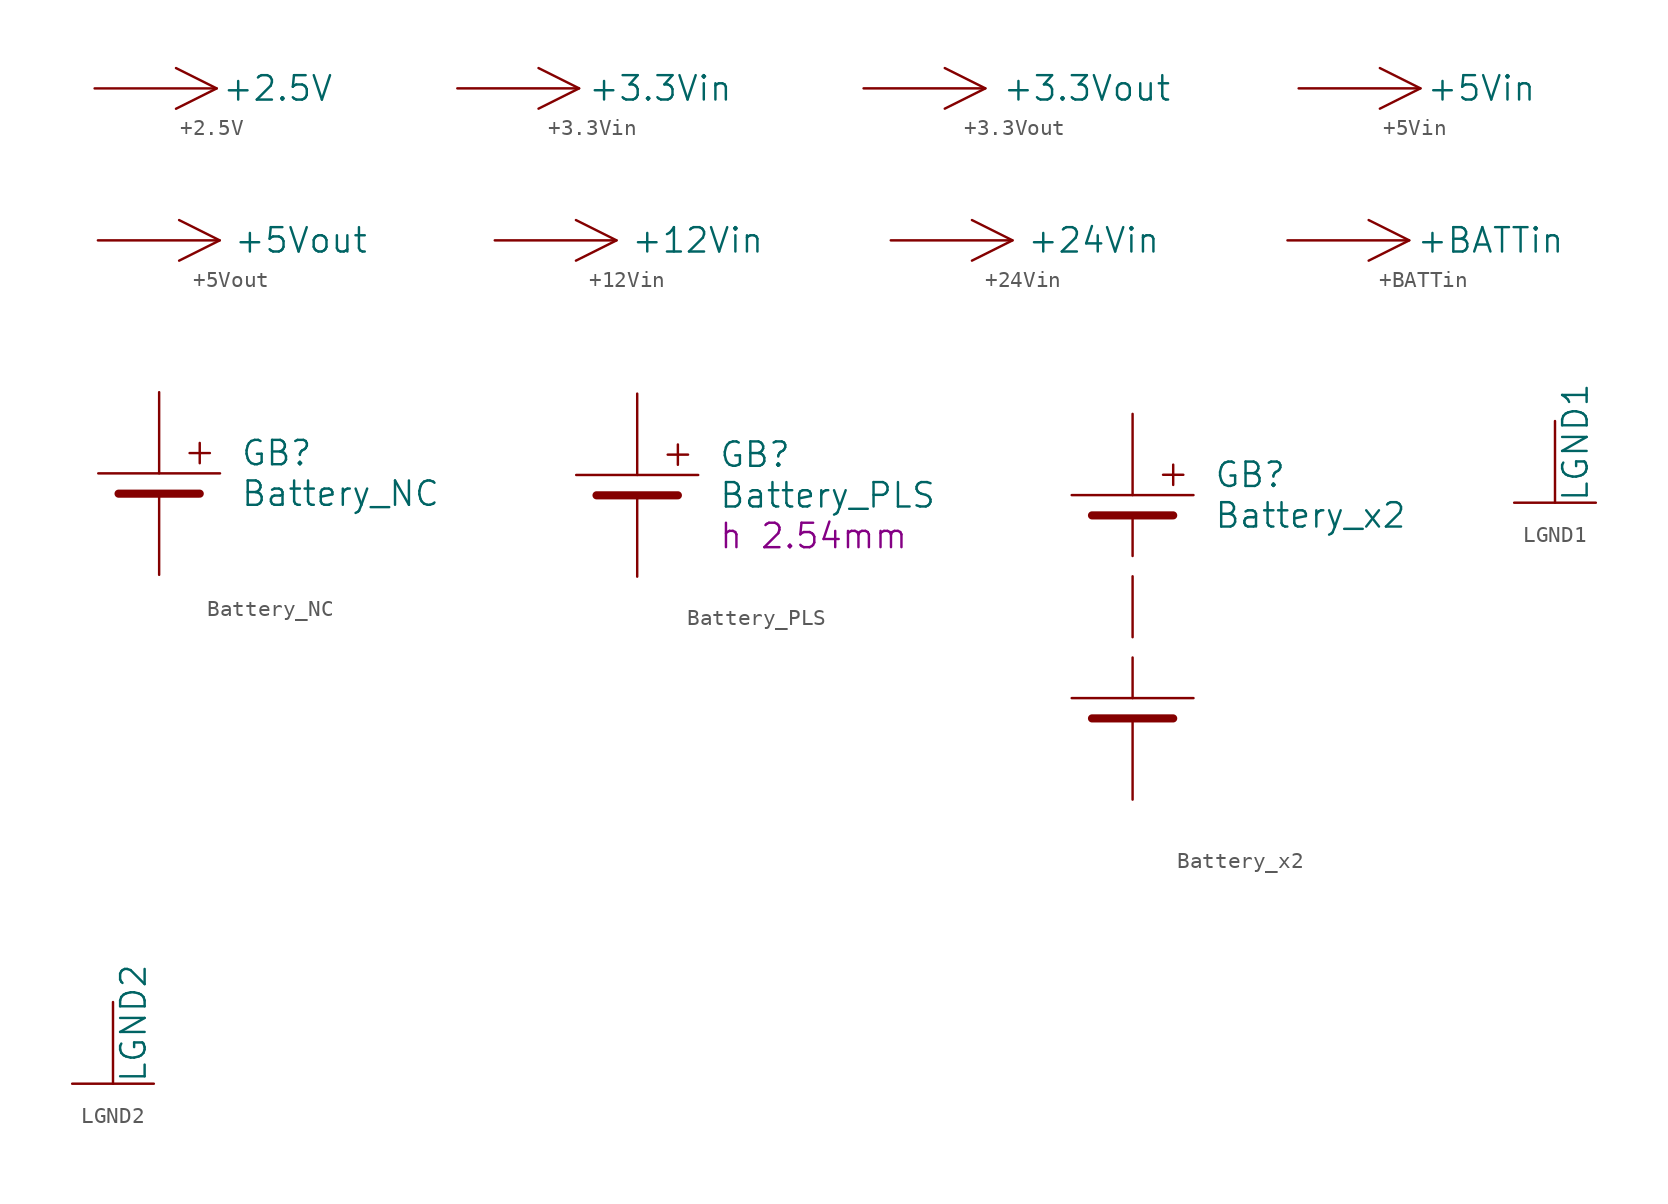
<source format=kicad_sym>
(kicad_symbol_lib
  (version 20220914)
  (generator kicad_symbol_editor)
  (symbol "+2.5V"
    (power)
    (pin_numbers hide)
    (pin_names
      (offset 0))
    (property "Reference" ""
      (at 2.54 -1.27 0)
      (effects (font (size 1.524 1.524)) hide))
    (property "Value" "+2.5V"
      (at 11.43 0 0)
      (do_not_autoplace)
      (effects (font (size 1.524 1.524))))
    (property "Footprint" ""
      (at 0 0 0)
      (effects (font (size 1.524 1.524))))
    (property "Datasheet" ""
      (at 0 0 0)
      (effects (font (size 1.524 1.524))))
    (symbol "+2.5V_0_1"
      (polyline (pts (xy 0 0) (xy 7.62 0)) (stroke (width 0) (type solid)) (fill (type none)))
      (polyline (pts (xy 5.08 1.27) (xy 7.62 0) (xy 5.08 -1.27)) (stroke (width 0) (type solid)) (fill (type none))))
    (symbol "+2.5V_1_1"
      (pin power_in line (at 0 0 0) (length 5.08) hide (name "+2.5V" (effects (font (size 1.27 1.27)))) (number "~" (effects (font (size 1.27 1.27)))))))
  (symbol "+3.3Vin"
    (power)
    (pin_numbers hide)
    (pin_names
      (offset 0))
    (property "Reference" ""
      (at 2.54 -1.27 0)
      (effects (font (size 1.524 1.524)) hide))
    (property "Value" "+3.3Vin"
      (at 12.7 0 0)
      (do_not_autoplace)
      (effects (font (size 1.524 1.524))))
    (property "Footprint" ""
      (at 0 0 0)
      (effects (font (size 1.524 1.524))))
    (property "Datasheet" ""
      (at 0 0 0)
      (effects (font (size 1.524 1.524))))
    (symbol "+3.3Vin_0_1"
      (polyline (pts (xy 0 0) (xy 7.62 0)) (stroke (width 0) (type solid)) (fill (type none)))
      (polyline (pts (xy 5.08 1.27) (xy 7.62 0) (xy 5.08 -1.27)) (stroke (width 0) (type solid)) (fill (type none))))
    (symbol "+3.3Vin_1_1"
      (pin power_in line (at 0 0 0) (length 5.08) hide (name "+3.3Vin" (effects (font (size 1.27 1.27)))) (number "~" (effects (font (size 1.27 1.27)))))))
  (symbol "+3.3Vout"
    (power)
    (pin_numbers hide)
    (pin_names
      (offset 0))
    (property "Reference" ""
      (at 2.54 -1.27 0)
      (effects (font (size 1.524 1.524)) hide))
    (property "Value" "+3.3Vout"
      (at 13.97 0 0)
      (do_not_autoplace)
      (effects (font (size 1.524 1.524))))
    (property "Footprint" ""
      (at 0 0 0)
      (effects (font (size 1.524 1.524))))
    (property "Datasheet" ""
      (at 0 0 0)
      (effects (font (size 1.524 1.524))))
    (symbol "+3.3Vout_0_1"
      (polyline (pts (xy 0 0) (xy 7.62 0)) (stroke (width 0) (type solid)) (fill (type none)))
      (polyline (pts (xy 5.08 1.27) (xy 7.62 0) (xy 5.08 -1.27)) (stroke (width 0) (type solid)) (fill (type none))))
    (symbol "+3.3Vout_1_1"
      (pin power_in line (at 0 0 0) (length 5.08) hide (name "+3.3Vout" (effects (font (size 1.27 1.27)))) (number "~" (effects (font (size 1.27 1.27)))))))
  (symbol "+5Vin"
    (power)
    (pin_numbers hide)
    (pin_names
      (offset 0))
    (property "Reference" ""
      (at 2.54 -1.27 0)
      (effects (font (size 1.524 1.524)) hide))
    (property "Value" "+5Vin"
      (at 11.43 0 0)
      (do_not_autoplace)
      (effects (font (size 1.524 1.524))))
    (property "Footprint" ""
      (at 0 0 0)
      (effects (font (size 1.524 1.524))))
    (property "Datasheet" ""
      (at 0 0 0)
      (effects (font (size 1.524 1.524))))
    (symbol "+5Vin_0_1"
      (polyline (pts (xy 0 0) (xy 7.62 0)) (stroke (width 0) (type solid)) (fill (type none)))
      (polyline (pts (xy 5.08 1.27) (xy 7.62 0) (xy 5.08 -1.27)) (stroke (width 0) (type solid)) (fill (type none))))
    (symbol "+5Vin_1_1"
      (pin power_in line (at 0 0 0) (length 5.08) hide (name "+5Vin" (effects (font (size 1.27 1.27)))) (number "~" (effects (font (size 1.27 1.27)))))))
  (symbol "+5Vout"
    (power)
    (pin_numbers hide)
    (pin_names
      (offset 0))
    (property "Reference" ""
      (at 2.54 -1.27 0)
      (effects (font (size 1.524 1.524)) hide))
    (property "Value" "+5Vout"
      (at 12.7 0 0)
      (do_not_autoplace)
      (effects (font (size 1.524 1.524))))
    (property "Footprint" ""
      (at 0 0 0)
      (effects (font (size 1.524 1.524))))
    (property "Datasheet" ""
      (at 0 0 0)
      (effects (font (size 1.524 1.524))))
    (symbol "+5Vout_0_1"
      (polyline (pts (xy 0 0) (xy 7.62 0)) (stroke (width 0) (type solid)) (fill (type none)))
      (polyline (pts (xy 5.08 1.27) (xy 7.62 0) (xy 5.08 -1.27)) (stroke (width 0) (type solid)) (fill (type none))))
    (symbol "+5Vout_1_1"
      (pin power_in line (at 0 0 0) (length 5.08) hide (name "+5Vout" (effects (font (size 1.27 1.27)))) (number "~" (effects (font (size 1.27 1.27)))))))
  (symbol "+12Vin"
    (power)
    (pin_numbers hide)
    (pin_names
      (offset 0))
    (property "Reference" ""
      (at 2.54 -1.27 0)
      (effects (font (size 1.524 1.524)) hide))
    (property "Value" "+12Vin"
      (at 12.7 0 0)
      (do_not_autoplace)
      (effects (font (size 1.524 1.524))))
    (property "Footprint" ""
      (at 0 0 0)
      (effects (font (size 1.524 1.524))))
    (property "Datasheet" ""
      (at 0 0 0)
      (effects (font (size 1.524 1.524))))
    (symbol "+12Vin_0_1"
      (polyline (pts (xy 0 0) (xy 7.62 0)) (stroke (width 0) (type solid)) (fill (type none)))
      (polyline (pts (xy 5.08 1.27) (xy 7.62 0) (xy 5.08 -1.27)) (stroke (width 0) (type solid)) (fill (type none))))
    (symbol "+12Vin_1_1"
      (pin power_in line (at 0 0 0) (length 5.08) hide (name "+12Vin" (effects (font (size 1.27 1.27)))) (number "~" (effects (font (size 1.27 1.27)))))))
  (symbol "+24Vin"
    (power)
    (pin_numbers hide)
    (pin_names
      (offset 0))
    (property "Reference" "+24Vin"
      (at 2.54 -1.27 0)
      (effects (font (size 1.524 1.524)) hide))
    (property "Value" "+24Vin"
      (at 12.7 0 0)
      (do_not_autoplace)
      (effects (font (size 1.524 1.524))))
    (property "Footprint" ""
      (at 0 0 0)
      (effects (font (size 1.524 1.524))))
    (property "Datasheet" ""
      (at 0 0 0)
      (effects (font (size 1.524 1.524))))
    (symbol "+24Vin_0_1"
      (polyline (pts (xy 0 0) (xy 7.62 0)) (stroke (width 0) (type solid)) (fill (type none)))
      (polyline (pts (xy 5.08 1.27) (xy 7.62 0) (xy 5.08 -1.27)) (stroke (width 0) (type solid)) (fill (type none))))
    (symbol "+24Vin_1_1"
      (pin power_in line (at 0 0 0) (length 5.08) hide (name "+24Vin" (effects (font (size 1.27 1.27)))) (number "~" (effects (font (size 1.27 1.27)))))))
  (symbol "+BATTin"
    (power)
    (pin_numbers hide)
    (pin_names
      (offset 0))
    (property "Reference" ""
      (at 3.81 -1.27 0)
      (effects (font (size 1.524 1.524)) hide))
    (property "Value" "+BATTin"
      (at 12.7 0 0)
      (do_not_autoplace)
      (effects (font (size 1.524 1.524))))
    (property "Footprint" ""
      (at 0 0 0)
      (effects (font (size 1.524 1.524))))
    (property "Datasheet" ""
      (at 0 0 0)
      (effects (font (size 1.524 1.524))))
    (symbol "+BATTin_0_1"
      (polyline (pts (xy 0 0) (xy 7.62 0)) (stroke (width 0) (type solid)) (fill (type none)))
      (polyline (pts (xy 5.08 1.27) (xy 7.62 0) (xy 5.08 -1.27)) (stroke (width 0) (type solid)) (fill (type none))))
    (symbol "+BATTin_1_1"
      (pin power_in line (at 0 0 0) (length 5.08) hide (name "+BATTin" (effects (font (size 1.27 1.27)))) (number "~" (effects (font (size 1.27 1.27)))))))
  (symbol "Battery_NC"
    (pin_numbers hide)
    (pin_names
      (offset 1.016) hide)
    (property "Reference" "GB"
      (at 5.08 1.27 0)
      (effects (font (size 1.524 1.524)) (justify left)))
    (property "Value" "Battery_NC"
      (at 5.08 -1.27 0)
      (effects (font (size 1.524 1.524)) (justify left)))
    (property "Datasheet" ""
      (at 0 5.08 0)
      (effects (font (size 1.524 1.524))))
    (symbol "Battery_NC_0_1"
      (polyline (pts (xy 0 -1.27) (xy 0 -6.35)) (stroke (width 0) (type solid)) (fill (type none)))
      (polyline (pts (xy 0 0) (xy 0 5.08)) (stroke (width 0) (type solid)) (fill (type none)))
      (polyline (pts (xy -2.54 -1.27) (xy 2.54 -1.27) (xy 2.54 -1.27)) (stroke (width 0.508) (type solid)) (fill (type none)))
      (polyline (pts (xy 1.905 1.27) (xy 3.175 1.27) (xy 3.175 1.27)) (stroke (width 0) (type solid)) (fill (type none)))
      (polyline (pts (xy 2.54 1.905) (xy 2.54 0.635) (xy 2.54 0.635)) (stroke (width 0) (type solid)) (fill (type none)))
      (polyline (pts (xy -3.81 0) (xy -3.81 0) (xy 3.81 0) (xy 3.81 0) (xy 3.81 0)) (stroke (width 0) (type solid)) (fill (type none)))))
  (symbol "Battery_PLS"
    (pin_numbers hide)
    (pin_names
      (offset 1.016) hide)
    (property "Reference" "GB"
      (at 5.08 1.27 0)
      (effects (font (size 1.524 1.524)) (justify left)))
    (property "Value" "Battery_PLS"
      (at 5.08 -1.27 0)
      (effects (font (size 1.524 1.524)) (justify left)))
    (property "Datasheet" ""
      (at 0 5.08 0)
      (effects (font (size 1.524 1.524))))
    (property "Connector" "h 2.54mm"
      (at 5.08 -3.81 0)
      (effects (font (size 1.524 1.524)) (justify left)))
    (symbol "Battery_PLS_0_1"
      (polyline (pts (xy -2.54 -1.27) (xy 2.54 -1.27) (xy 2.54 -1.27)) (stroke (width 0.508) (type solid)) (fill (type none)))
      (polyline (pts (xy 1.905 1.27) (xy 3.175 1.27) (xy 3.175 1.27)) (stroke (width 0) (type solid)) (fill (type none)))
      (polyline (pts (xy 2.54 1.905) (xy 2.54 0.635) (xy 2.54 0.635)) (stroke (width 0) (type solid)) (fill (type none)))
      (polyline (pts (xy -3.81 0) (xy -3.81 0) (xy 3.81 0) (xy 3.81 0) (xy 3.81 0)) (stroke (width 0) (type solid)) (fill (type none))))
    (symbol "Battery_PLS_1_1"
      (pin power_out line (at 0 5.08 270) (length 5.08) (name "+" (effects (font (size 1.27 1.27)))) (number "1" (effects (font (size 1.27 1.27)))))
      (pin power_out line (at 0 -6.35 90) (length 5.08) (name "-" (effects (font (size 1.27 1.27)))) (number "2" (effects (font (size 1.27 1.27)))))))
  (symbol "Battery_x2"
    (pin_numbers hide)
    (pin_names
      (offset 1.016) hide)
    (property "Reference" "GB"
      (at 5.08 7.62 0)
      (effects (font (size 1.524 1.524)) (justify left)))
    (property "Value" "Battery_x2"
      (at 5.08 5.08 0)
      (effects (font (size 1.524 1.524)) (justify left)))
    (property "Footprint" ""
      (at 0 11.43 0)
      (effects (font (size 1.524 1.524))))
    (property "Datasheet" ""
      (at 0 11.43 0)
      (effects (font (size 1.524 1.524))))
    (symbol "Battery_x2_0_1"
      (polyline (pts (xy 0 -6.35) (xy 0 -3.81)) (stroke (width 0) (type solid)) (fill (type none)))
      (polyline (pts (xy 0 1.27) (xy 0 -2.54)) (stroke (width 0) (type solid)) (fill (type none)))
      (polyline (pts (xy 0 5.08) (xy 0 2.54)) (stroke (width 0) (type solid)) (fill (type none)))
      (polyline (pts (xy -2.54 -7.62) (xy 2.54 -7.62) (xy 2.54 -7.62)) (stroke (width 0.508) (type solid)) (fill (type none)))
      (polyline (pts (xy -2.54 5.08) (xy 2.54 5.08) (xy 2.54 5.08)) (stroke (width 0.508) (type solid)) (fill (type none)))
      (polyline (pts (xy 1.905 7.62) (xy 3.175 7.62) (xy 3.175 7.62)) (stroke (width 0) (type solid)) (fill (type none)))
      (polyline (pts (xy 2.54 8.255) (xy 2.54 6.985) (xy 2.54 6.985)) (stroke (width 0) (type solid)) (fill (type none)))
      (polyline (pts (xy -3.81 -6.35) (xy -3.81 -6.35) (xy 3.81 -6.35) (xy 3.81 -6.35) (xy 3.81 -6.35)) (stroke (width 0) (type solid)) (fill (type none)))
      (polyline (pts (xy -3.81 6.35) (xy -3.81 6.35) (xy 3.81 6.35) (xy 3.81 6.35) (xy 3.81 6.35)) (stroke (width 0) (type solid)) (fill (type none))))
    (symbol "Battery_x2_1_1"
      (pin power_out line (at 0 11.43 270) (length 5.08) (name "+" (effects (font (size 1.27 1.27)))) (number "A" (effects (font (size 1.27 1.27)))))
      (pin power_out line (at 0 -12.7 90) (length 5.08) (name "-" (effects (font (size 1.27 1.27)))) (number "C" (effects (font (size 1.27 1.27)))))))
  (symbol "LGND1"
    (power)
    (pin_numbers hide)
    (pin_names
      (offset 0))
    (property "Reference" ""
      (at 1.27 -2.54 90)
      (effects (font (size 1.524 1.524)) hide))
    (property "Value" "LGND1"
      (at 1.27 -5.08 90)
      (do_not_autoplace)
      (effects (font (size 1.524 1.524)) (justify left)))
    (property "Footprint" ""
      (at -1.27 -5.08 90)
      (effects (font (size 1.524 1.524))))
    (property "Datasheet" ""
      (at 1.27 -2.54 90)
      (effects (font (size 1.524 1.524))))
    (symbol "LGND1_0_1"
      (polyline (pts (xy -2.54 -5.08) (xy 2.54 -5.08)) (stroke (width 0) (type solid)) (fill (type none)))
      (polyline (pts (xy 0 -5.08) (xy 0 0)) (stroke (width 0) (type solid)) (fill (type none))))
    (symbol "LGND1_1_1"
      (pin power_in line (at 0 0 270) (length 5.08) hide (name "GNDL1" (effects (font (size 1.27 1.27)))) (number "~" (effects (font (size 1.27 1.27)))))))
  (symbol "LGND2"
    (power)
    (pin_numbers hide)
    (pin_names
      (offset 0))
    (property "Reference" ""
      (at 1.27 -2.54 90)
      (effects (font (size 1.524 1.524)) hide))
    (property "Value" "LGND2"
      (at 1.27 -5.08 90)
      (do_not_autoplace)
      (effects (font (size 1.524 1.524)) (justify left)))
    (property "Footprint" ""
      (at -1.27 -5.08 90)
      (effects (font (size 1.524 1.524))))
    (property "Datasheet" ""
      (at 1.27 -2.54 90)
      (effects (font (size 1.524 1.524))))
    (symbol "LGND2_0_1"
      (polyline (pts (xy -2.54 -5.08) (xy 2.54 -5.08)) (stroke (width 0) (type solid)) (fill (type none)))
      (polyline (pts (xy 0 -5.08) (xy 0 0)) (stroke (width 0) (type solid)) (fill (type none))))
    (symbol "LGND2_1_1"
      (pin power_in line (at 0 0 270) (length 5.08) hide (name "GNDL2" (effects (font (size 1.27 1.27)))) (number "~" (effects (font (size 1.27 1.27))))))))
</source>
